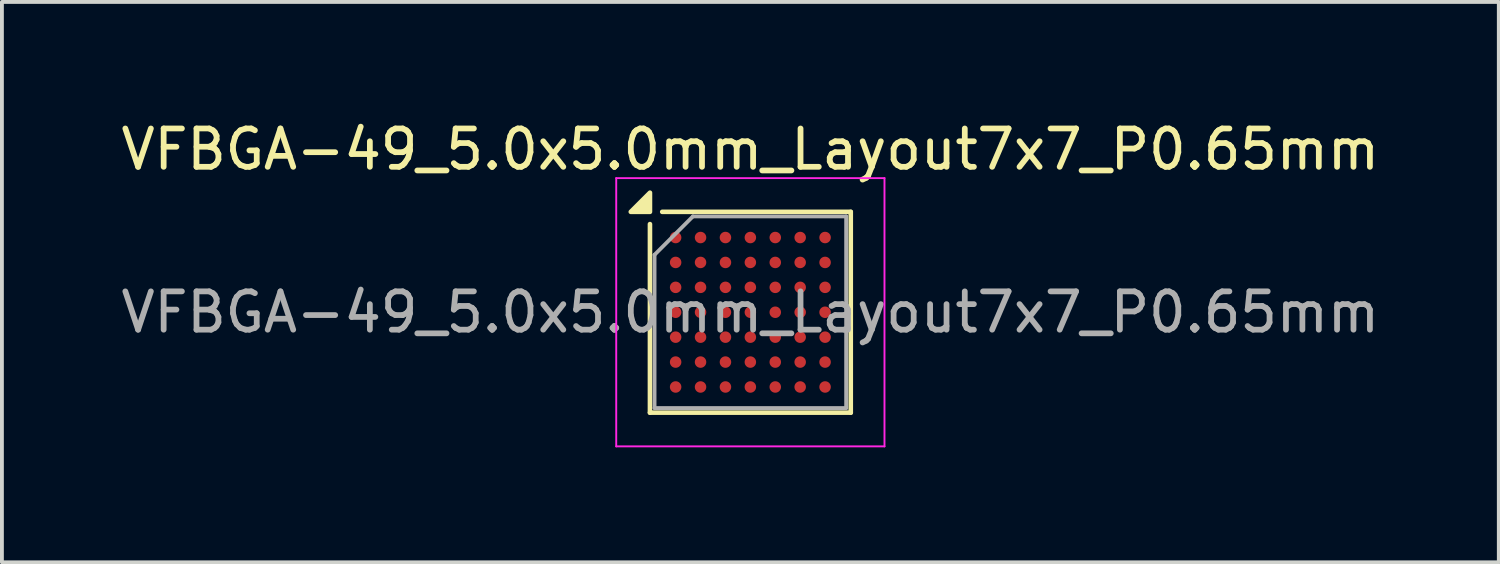
<source format=kicad_pcb>
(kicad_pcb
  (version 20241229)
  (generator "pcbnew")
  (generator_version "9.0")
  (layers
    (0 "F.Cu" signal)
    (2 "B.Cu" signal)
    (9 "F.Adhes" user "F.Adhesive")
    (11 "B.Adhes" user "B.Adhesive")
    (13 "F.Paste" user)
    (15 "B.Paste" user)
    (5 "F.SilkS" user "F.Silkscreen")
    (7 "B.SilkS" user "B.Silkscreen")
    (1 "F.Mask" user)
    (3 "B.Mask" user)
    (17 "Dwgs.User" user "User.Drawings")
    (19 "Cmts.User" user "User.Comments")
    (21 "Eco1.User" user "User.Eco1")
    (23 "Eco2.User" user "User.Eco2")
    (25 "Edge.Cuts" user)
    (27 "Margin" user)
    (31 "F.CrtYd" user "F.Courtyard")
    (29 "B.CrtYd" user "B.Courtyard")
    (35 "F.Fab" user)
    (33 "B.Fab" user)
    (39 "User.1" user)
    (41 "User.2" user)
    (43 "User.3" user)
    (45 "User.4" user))
  (footprint "VFBGA-49_5.0x5.0mm_Layout7x7_P0.65mm"
    (layer "F.Cu")
    (at 16.53 5.098)
    (property "Reference" "VFBGA-49_5.0x5.0mm_Layout7x7_P0.65mm" (at 0 -4.25 0) (layer "F.SilkS") (effects (font (size 1 1) (thickness 0.15))))
    (attr smd)
    (fp_line (start -2.62 -2.3) (end -2.62 2.62) (stroke (width 0.12) (type solid)) (layer "F.SilkS"))
    (fp_line (start -2.62 2.62) (end 2.62 2.62) (stroke (width 0.12) (type solid)) (layer "F.SilkS"))
    (fp_line (start 2.62 -2.62) (end -2.3 -2.62) (stroke (width 0.12) (type solid)) (layer "F.SilkS"))
    (fp_line (start 2.62 2.62) (end 2.62 -2.62) (stroke (width 0.12) (type solid)) (layer "F.SilkS"))
    (fp_poly (pts (xy -2.62 -2.62) (xy -3.12 -2.62) (xy -2.62 -3.12) (xy -2.62 -2.62)) (stroke (width 0.12) (type solid)) (fill yes) (layer "F.SilkS"))
    (fp_line (start -3.5 -3.5) (end -3.5 3.5) (stroke (width 0.05) (type solid)) (layer "F.CrtYd"))
    (fp_line (start -3.5 -3.5) (end 3.5 -3.5) (stroke (width 0.05) (type solid)) (layer "F.CrtYd"))
    (fp_line (start 3.5 3.5) (end -3.5 3.5) (stroke (width 0.05) (type solid)) (layer "F.CrtYd"))
    (fp_line (start 3.5 3.5) (end 3.5 -3.5) (stroke (width 0.05) (type solid)) (layer "F.CrtYd"))
    (fp_line (start -2.5 -1.5) (end -2.5 2.5) (stroke (width 0.1) (type solid)) (layer "F.Fab"))
    (fp_line (start -2.5 2.5) (end 2.5 2.5) (stroke (width 0.1) (type solid)) (layer "F.Fab"))
    (fp_line (start -1.5 -2.5) (end -2.5 -1.5) (stroke (width 0.1) (type solid)) (layer "F.Fab"))
    (fp_line (start 2.5 -2.5) (end -1.5 -2.5) (stroke (width 0.1) (type solid)) (layer "F.Fab"))
    (fp_line (start 2.5 2.5) (end 2.5 -2.5) (stroke (width 0.1) (type solid)) (layer "F.Fab"))
    (fp_text user "${REFERENCE}" (at 0 0 0) (layer "F.Fab") (effects (font (size 1 1) (thickness 0.15))))
    (pad "A1" smd circle (at -1.95 -1.95) (size 0.3 0.3) (property pad_prop_bga) (layers "F.Cu" "F.Mask" "F.Paste"))
    (pad "A2" smd circle (at -1.3 -1.95) (size 0.3 0.3) (property pad_prop_bga) (layers "F.Cu" "F.Mask" "F.Paste"))
    (pad "A3" smd circle (at -0.65 -1.95) (size 0.3 0.3) (property pad_prop_bga) (layers "F.Cu" "F.Mask" "F.Paste"))
    (pad "A4" smd circle (at 0 -1.95) (size 0.3 0.3) (property pad_prop_bga) (layers "F.Cu" "F.Mask" "F.Paste"))
    (pad "A5" smd circle (at 0.65 -1.95) (size 0.3 0.3) (property pad_prop_bga) (layers "F.Cu" "F.Mask" "F.Paste"))
    (pad "A6" smd circle (at 1.3 -1.95) (size 0.3 0.3) (property pad_prop_bga) (layers "F.Cu" "F.Mask" "F.Paste"))
    (pad "A7" smd circle (at 1.95 -1.95) (size 0.3 0.3) (property pad_prop_bga) (layers "F.Cu" "F.Mask" "F.Paste"))
    (pad "B1" smd circle (at -1.95 -1.3) (size 0.3 0.3) (property pad_prop_bga) (layers "F.Cu" "F.Mask" "F.Paste"))
    (pad "B2" smd circle (at -1.3 -1.3) (size 0.3 0.3) (property pad_prop_bga) (layers "F.Cu" "F.Mask" "F.Paste"))
    (pad "B3" smd circle (at -0.65 -1.3) (size 0.3 0.3) (property pad_prop_bga) (layers "F.Cu" "F.Mask" "F.Paste"))
    (pad "B4" smd circle (at 0 -1.3) (size 0.3 0.3) (property pad_prop_bga) (layers "F.Cu" "F.Mask" "F.Paste"))
    (pad "B5" smd circle (at 0.65 -1.3) (size 0.3 0.3) (property pad_prop_bga) (layers "F.Cu" "F.Mask" "F.Paste"))
    (pad "B6" smd circle (at 1.3 -1.3) (size 0.3 0.3) (property pad_prop_bga) (layers "F.Cu" "F.Mask" "F.Paste"))
    (pad "B7" smd circle (at 1.95 -1.3) (size 0.3 0.3) (property pad_prop_bga) (layers "F.Cu" "F.Mask" "F.Paste"))
    (pad "C1" smd circle (at -1.95 -0.65) (size 0.3 0.3) (property pad_prop_bga) (layers "F.Cu" "F.Mask" "F.Paste"))
    (pad "C2" smd circle (at -1.3 -0.65) (size 0.3 0.3) (property pad_prop_bga) (layers "F.Cu" "F.Mask" "F.Paste"))
    (pad "C3" smd circle (at -0.65 -0.65) (size 0.3 0.3) (property pad_prop_bga) (layers "F.Cu" "F.Mask" "F.Paste"))
    (pad "C4" smd circle (at 0 -0.65) (size 0.3 0.3) (property pad_prop_bga) (layers "F.Cu" "F.Mask" "F.Paste"))
    (pad "C5" smd circle (at 0.65 -0.65) (size 0.3 0.3) (property pad_prop_bga) (layers "F.Cu" "F.Mask" "F.Paste"))
    (pad "C6" smd circle (at 1.3 -0.65) (size 0.3 0.3) (property pad_prop_bga) (layers "F.Cu" "F.Mask" "F.Paste"))
    (pad "C7" smd circle (at 1.95 -0.65) (size 0.3 0.3) (property pad_prop_bga) (layers "F.Cu" "F.Mask" "F.Paste"))
    (pad "D1" smd circle (at -1.95 0) (size 0.3 0.3) (property pad_prop_bga) (layers "F.Cu" "F.Mask" "F.Paste"))
    (pad "D2" smd circle (at -1.3 0) (size 0.3 0.3) (property pad_prop_bga) (layers "F.Cu" "F.Mask" "F.Paste"))
    (pad "D3" smd circle (at -0.65 0) (size 0.3 0.3) (property pad_prop_bga) (layers "F.Cu" "F.Mask" "F.Paste"))
    (pad "D4" smd circle (at 0 0) (size 0.3 0.3) (property pad_prop_bga) (layers "F.Cu" "F.Mask" "F.Paste"))
    (pad "D5" smd circle (at 0.65 0) (size 0.3 0.3) (property pad_prop_bga) (layers "F.Cu" "F.Mask" "F.Paste"))
    (pad "D6" smd circle (at 1.3 0) (size 0.3 0.3) (property pad_prop_bga) (layers "F.Cu" "F.Mask" "F.Paste"))
    (pad "D7" smd circle (at 1.95 0) (size 0.3 0.3) (property pad_prop_bga) (layers "F.Cu" "F.Mask" "F.Paste"))
    (pad "E1" smd circle (at -1.95 0.65) (size 0.3 0.3) (property pad_prop_bga) (layers "F.Cu" "F.Mask" "F.Paste"))
    (pad "E2" smd circle (at -1.3 0.65) (size 0.3 0.3) (property pad_prop_bga) (layers "F.Cu" "F.Mask" "F.Paste"))
    (pad "E3" smd circle (at -0.65 0.65) (size 0.3 0.3) (property pad_prop_bga) (layers "F.Cu" "F.Mask" "F.Paste"))
    (pad "E4" smd circle (at 0 0.65) (size 0.3 0.3) (property pad_prop_bga) (layers "F.Cu" "F.Mask" "F.Paste"))
    (pad "E5" smd circle (at 0.65 0.65) (size 0.3 0.3) (property pad_prop_bga) (layers "F.Cu" "F.Mask" "F.Paste"))
    (pad "E6" smd circle (at 1.3 0.65) (size 0.3 0.3) (property pad_prop_bga) (layers "F.Cu" "F.Mask" "F.Paste"))
    (pad "E7" smd circle (at 1.95 0.65) (size 0.3 0.3) (property pad_prop_bga) (layers "F.Cu" "F.Mask" "F.Paste"))
    (pad "F1" smd circle (at -1.95 1.3) (size 0.3 0.3) (property pad_prop_bga) (layers "F.Cu" "F.Mask" "F.Paste"))
    (pad "F2" smd circle (at -1.3 1.3) (size 0.3 0.3) (property pad_prop_bga) (layers "F.Cu" "F.Mask" "F.Paste"))
    (pad "F3" smd circle (at -0.65 1.3) (size 0.3 0.3) (property pad_prop_bga) (layers "F.Cu" "F.Mask" "F.Paste"))
    (pad "F4" smd circle (at 0 1.3) (size 0.3 0.3) (property pad_prop_bga) (layers "F.Cu" "F.Mask" "F.Paste"))
    (pad "F5" smd circle (at 0.65 1.3) (size 0.3 0.3) (property pad_prop_bga) (layers "F.Cu" "F.Mask" "F.Paste"))
    (pad "F6" smd circle (at 1.3 1.3) (size 0.3 0.3) (property pad_prop_bga) (layers "F.Cu" "F.Mask" "F.Paste"))
    (pad "F7" smd circle (at 1.95 1.3) (size 0.3 0.3) (property pad_prop_bga) (layers "F.Cu" "F.Mask" "F.Paste"))
    (pad "G1" smd circle (at -1.95 1.95) (size 0.3 0.3) (property pad_prop_bga) (layers "F.Cu" "F.Mask" "F.Paste"))
    (pad "G2" smd circle (at -1.3 1.95) (size 0.3 0.3) (property pad_prop_bga) (layers "F.Cu" "F.Mask" "F.Paste"))
    (pad "G3" smd circle (at -0.65 1.95) (size 0.3 0.3) (property pad_prop_bga) (layers "F.Cu" "F.Mask" "F.Paste"))
    (pad "G4" smd circle (at 0 1.95) (size 0.3 0.3) (property pad_prop_bga) (layers "F.Cu" "F.Mask" "F.Paste"))
    (pad "G5" smd circle (at 0.65 1.95) (size 0.3 0.3) (property pad_prop_bga) (layers "F.Cu" "F.Mask" "F.Paste"))
    (pad "G6" smd circle (at 1.3 1.95) (size 0.3 0.3) (property pad_prop_bga) (layers "F.Cu" "F.Mask" "F.Paste"))
    (pad "G7" smd circle (at 1.95 1.95) (size 0.3 0.3) (property pad_prop_bga) (layers "F.Cu" "F.Mask" "F.Paste")))
  (gr_rect
    (start -3 -3)
    (end 36.06 11.623)
    (stroke (width 0.1) (type default))
    (fill no)
    (layer "Edge.Cuts")))
</source>
